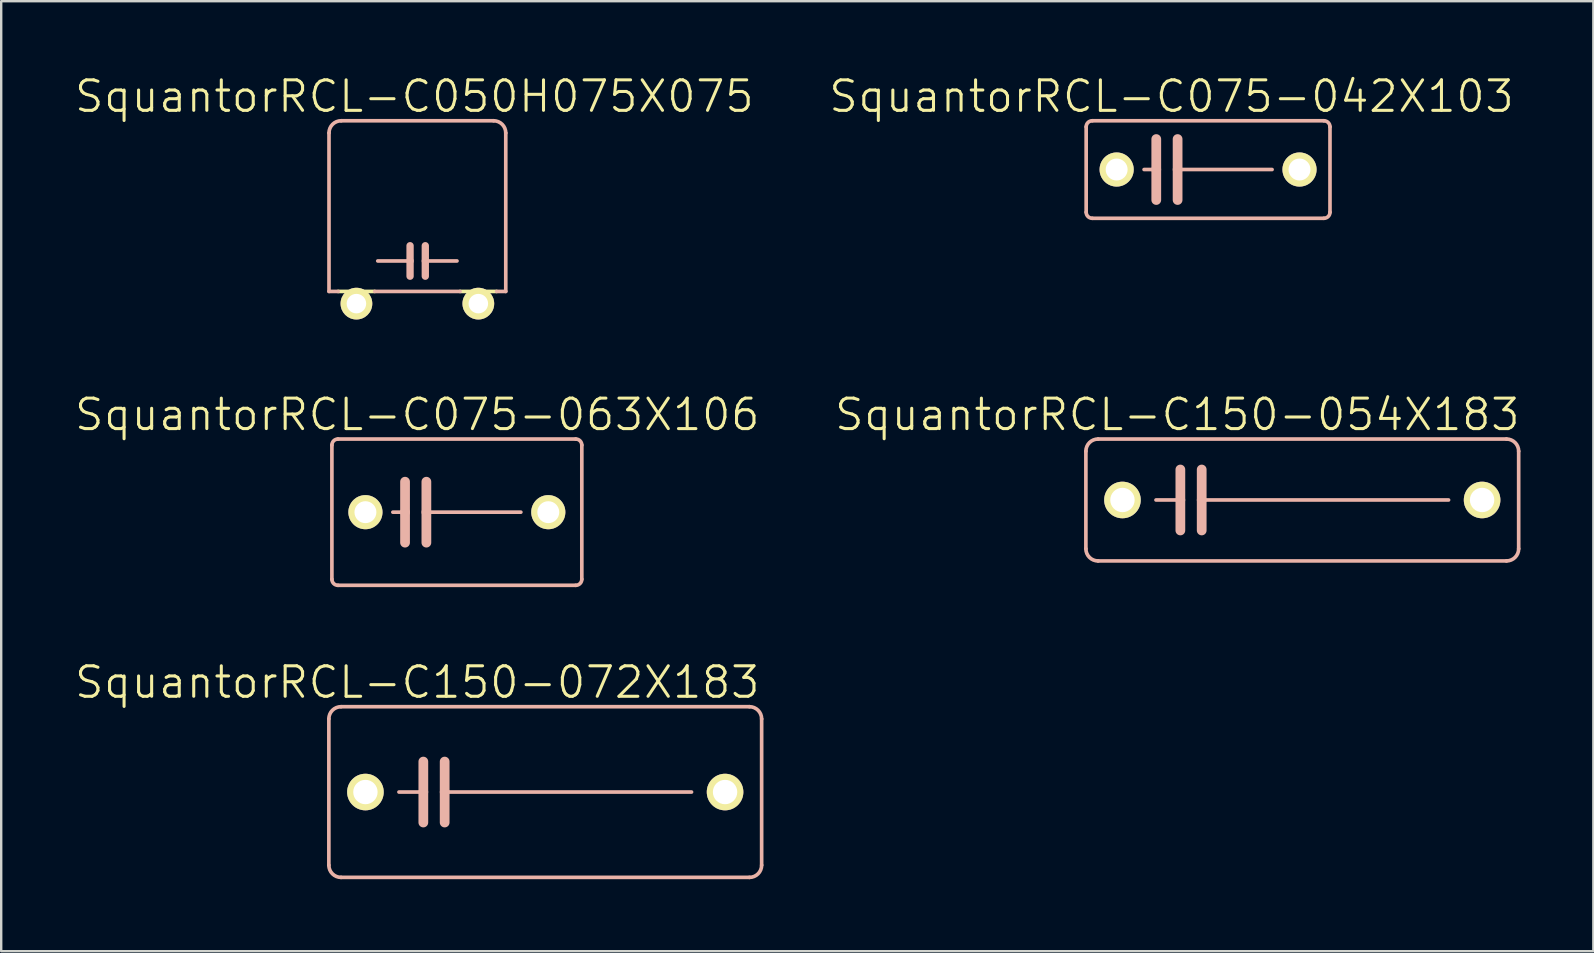
<source format=kicad_pcb>
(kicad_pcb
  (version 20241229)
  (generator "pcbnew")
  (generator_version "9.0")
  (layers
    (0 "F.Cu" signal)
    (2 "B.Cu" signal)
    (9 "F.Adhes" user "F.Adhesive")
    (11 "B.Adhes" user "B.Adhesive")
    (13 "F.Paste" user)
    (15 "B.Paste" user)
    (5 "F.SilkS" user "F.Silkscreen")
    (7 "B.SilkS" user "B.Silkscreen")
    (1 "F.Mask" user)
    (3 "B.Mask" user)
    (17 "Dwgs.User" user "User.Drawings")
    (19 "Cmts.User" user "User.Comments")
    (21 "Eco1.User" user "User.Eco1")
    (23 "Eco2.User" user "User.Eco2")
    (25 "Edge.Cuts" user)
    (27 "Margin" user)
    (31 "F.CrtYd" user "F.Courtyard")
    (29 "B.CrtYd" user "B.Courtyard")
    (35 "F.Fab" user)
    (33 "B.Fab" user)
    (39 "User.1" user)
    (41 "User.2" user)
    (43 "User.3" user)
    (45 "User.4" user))
  (footprint "SquantorRCL-C050H075X075"
    (layer "F.Cu")
    (at 14.342 9.602)
    (property "Reference" "SquantorRCL-C050H075X075" (at -0.127 -8.636 0) (layer "F.SilkS") (effects (font (size 1.27 1.27) (thickness 0.127))))
    (attr exclude_from_pos_files exclude_from_bom)
    (fp_line (start -3.302 -0.508) (end -1.778 -0.508) (stroke (width 0.152) (type solid)) (layer "F.SilkS"))
    (fp_line (start -2.794 -0.508) (end -2.286 -0.508) (stroke (width 0.066) (type solid)) (layer "F.SilkS"))
    (fp_line (start -2.794 -0.127) (end -2.794 -0.508) (stroke (width 0.066) (type solid)) (layer "F.SilkS"))
    (fp_line (start -2.794 -0.127) (end -2.286 -0.127) (stroke (width 0.066) (type solid)) (layer "F.SilkS"))
    (fp_line (start -2.54 0) (end -2.54 -0.254) (stroke (width 0.508) (type solid)) (layer "F.SilkS"))
    (fp_line (start -2.286 -0.127) (end -2.286 -0.508) (stroke (width 0.066) (type solid)) (layer "F.SilkS"))
    (fp_line (start 1.778 -0.508) (end 3.302 -0.508) (stroke (width 0.152) (type solid)) (layer "F.SilkS"))
    (fp_line (start 2.286 -0.508) (end 2.794 -0.508) (stroke (width 0.066) (type solid)) (layer "F.SilkS"))
    (fp_line (start 2.286 -0.127) (end 2.286 -0.508) (stroke (width 0.066) (type solid)) (layer "F.SilkS"))
    (fp_line (start 2.286 -0.127) (end 2.794 -0.127) (stroke (width 0.066) (type solid)) (layer "F.SilkS"))
    (fp_line (start 2.54 0) (end 2.54 -0.254) (stroke (width 0.508) (type solid)) (layer "F.SilkS"))
    (fp_line (start 2.794 -0.127) (end 2.794 -0.508) (stroke (width 0.066) (type solid)) (layer "F.SilkS"))
    (fp_line (start -3.683 -7.112) (end -3.683 -0.508) (stroke (width 0.152) (type solid)) (layer "B.SilkS"))
    (fp_line (start -3.683 -0.508) (end -3.302 -0.508) (stroke (width 0.152) (type solid)) (layer "B.SilkS"))
    (fp_line (start -1.778 -0.508) (end 1.778 -0.508) (stroke (width 0.152) (type solid)) (layer "B.SilkS"))
    (fp_line (start -0.305 -2.413) (end -0.305 -1.778) (stroke (width 0.305) (type solid)) (layer "B.SilkS"))
    (fp_line (start -0.305 -1.778) (end -1.651 -1.778) (stroke (width 0.152) (type solid)) (layer "B.SilkS"))
    (fp_line (start -0.305 -1.778) (end -0.305 -1.143) (stroke (width 0.305) (type solid)) (layer "B.SilkS"))
    (fp_line (start 0.33 -2.413) (end 0.33 -1.778) (stroke (width 0.305) (type solid)) (layer "B.SilkS"))
    (fp_line (start 0.33 -1.778) (end 0.33 -1.143) (stroke (width 0.305) (type solid)) (layer "B.SilkS"))
    (fp_line (start 0.33 -1.778) (end 1.651 -1.778) (stroke (width 0.152) (type solid)) (layer "B.SilkS"))
    (fp_line (start 3.175 -7.62) (end -3.175 -7.62) (stroke (width 0.152) (type solid)) (layer "B.SilkS"))
    (fp_line (start 3.302 -0.508) (end 3.683 -0.508) (stroke (width 0.152) (type solid)) (layer "B.SilkS"))
    (fp_line (start 3.683 -0.508) (end 3.683 -7.112) (stroke (width 0.152) (type solid)) (layer "B.SilkS"))
    (fp_arc (start -3.683 -7.112) (mid -3.53421 -7.47121) (end -3.175 -7.62) (stroke (width 0.1524) (type solid)) (layer "B.SilkS"))
    (fp_arc (start 3.175 -7.62) (mid 3.53421 -7.47121) (end 3.683 -7.112) (stroke (width 0.1524) (type solid)) (layer "B.SilkS"))
    (pad "1" thru_hole circle (at -2.54 0) (size 1.321 1.321) (drill 0.813) (layers "*.Cu" "F.Mask" "F.SilkS" "F.Paste"))
    (pad "2" thru_hole circle (at 2.54 0) (size 1.321 1.321) (drill 0.813) (layers "*.Cu" "F.Mask" "F.SilkS" "F.Paste")))
  (footprint "SquantorRCL-C150-054X183"
    (layer "F.Cu")
    (at 51.215 17.784)
    (property "Reference" "SquantorRCL-C150-054X183" (at -5.207 -3.556 0) (layer "F.SilkS") (effects (font (size 1.27 1.27) (thickness 0.127))))
    (attr exclude_from_pos_files exclude_from_bom)
    (fp_line (start -9.017 2.032) (end -9.017 -2.032) (stroke (width 0.152) (type solid)) (layer "B.SilkS"))
    (fp_line (start -8.509 -2.54) (end 8.509 -2.54) (stroke (width 0.152) (type solid)) (layer "B.SilkS"))
    (fp_line (start -5.08 -1.27) (end -5.08 0) (stroke (width 0.406) (type solid)) (layer "B.SilkS"))
    (fp_line (start -5.08 0) (end -6.096 0) (stroke (width 0.152) (type solid)) (layer "B.SilkS"))
    (fp_line (start -5.08 0) (end -5.08 1.27) (stroke (width 0.406) (type solid)) (layer "B.SilkS"))
    (fp_line (start -4.191 -1.27) (end -4.191 0) (stroke (width 0.406) (type solid)) (layer "B.SilkS"))
    (fp_line (start -4.191 0) (end -4.191 1.27) (stroke (width 0.406) (type solid)) (layer "B.SilkS"))
    (fp_line (start -4.191 0) (end 6.096 0) (stroke (width 0.152) (type solid)) (layer "B.SilkS"))
    (fp_line (start 8.509 2.54) (end -8.509 2.54) (stroke (width 0.152) (type solid)) (layer "B.SilkS"))
    (fp_line (start 9.017 -2.032) (end 9.017 2.032) (stroke (width 0.152) (type solid)) (layer "B.SilkS"))
    (fp_arc (start -9.017 -2.032) (mid -8.86821 -2.39121) (end -8.509 -2.54) (stroke (width 0.1524) (type solid)) (layer "B.SilkS"))
    (fp_arc (start -8.509 2.54) (mid -8.86821 2.39121) (end -9.017 2.032) (stroke (width 0.1524) (type solid)) (layer "B.SilkS"))
    (fp_arc (start 8.509 -2.54) (mid 8.86821 -2.39121) (end 9.017 -2.032) (stroke (width 0.1524) (type solid)) (layer "B.SilkS"))
    (fp_arc (start 9.017 2.032) (mid 8.86821 2.39121) (end 8.509 2.54) (stroke (width 0.1524) (type solid)) (layer "B.SilkS"))
    (pad "1" thru_hole circle (at -7.493 0) (size 1.524 1.524) (drill 1.016) (layers "*.Cu" "F.Mask" "F.SilkS" "F.Paste"))
    (pad "2" thru_hole circle (at 7.493 0) (size 1.524 1.524) (drill 1.016) (layers "*.Cu" "F.Mask" "F.SilkS" "F.Paste")))
  (footprint "SquantorRCL-C075-063X106"
    (layer "F.Cu")
    (at 15.987 18.292)
    (property "Reference" "SquantorRCL-C075-063X106" (at -1.651 -4.064 0) (layer "F.SilkS") (effects (font (size 1.27 1.27) (thickness 0.127))))
    (attr exclude_from_pos_files exclude_from_bom)
    (fp_line (start -5.207 -2.794) (end -5.207 2.794) (stroke (width 0.152) (type solid)) (layer "B.SilkS"))
    (fp_line (start -4.953 3.048) (end 4.953 3.048) (stroke (width 0.152) (type solid)) (layer "B.SilkS"))
    (fp_line (start -2.667 0) (end -2.159 0) (stroke (width 0.152) (type solid)) (layer "B.SilkS"))
    (fp_line (start -2.159 -1.27) (end -2.159 0) (stroke (width 0.406) (type solid)) (layer "B.SilkS"))
    (fp_line (start -2.159 0) (end -2.159 1.27) (stroke (width 0.406) (type solid)) (layer "B.SilkS"))
    (fp_line (start -1.27 -1.27) (end -1.27 0) (stroke (width 0.406) (type solid)) (layer "B.SilkS"))
    (fp_line (start -1.27 0) (end -1.27 1.27) (stroke (width 0.406) (type solid)) (layer "B.SilkS"))
    (fp_line (start -1.27 0) (end 2.667 0) (stroke (width 0.152) (type solid)) (layer "B.SilkS"))
    (fp_line (start 4.953 -3.048) (end -4.953 -3.048) (stroke (width 0.152) (type solid)) (layer "B.SilkS"))
    (fp_line (start 5.207 2.794) (end 5.207 -2.794) (stroke (width 0.152) (type solid)) (layer "B.SilkS"))
    (fp_arc (start -5.207 -2.794) (mid -5.132605 -2.973605) (end -4.953 -3.048) (stroke (width 0.1524) (type solid)) (layer "B.SilkS"))
    (fp_arc (start -4.953 3.048) (mid -5.132605 2.973605) (end -5.207 2.794) (stroke (width 0.1524) (type solid)) (layer "B.SilkS"))
    (fp_arc (start 4.953 -3.048) (mid 5.132605 -2.973605) (end 5.207 -2.794) (stroke (width 0.1524) (type solid)) (layer "B.SilkS"))
    (fp_arc (start 5.207 2.794) (mid 5.132605 2.973605) (end 4.953 3.048) (stroke (width 0.1524) (type solid)) (layer "B.SilkS"))
    (pad "1" thru_hole circle (at -3.81 0) (size 1.422 1.422) (drill 0.914) (layers "*.Cu" "F.Mask" "F.SilkS" "F.Paste"))
    (pad "2" thru_hole circle (at 3.81 0) (size 1.422 1.422) (drill 0.914) (layers "*.Cu" "F.Mask" "F.SilkS" "F.Paste")))
  (footprint "SquantorRCL-C150-072X183"
    (layer "F.Cu")
    (at 19.67 29.954)
    (property "Reference" "SquantorRCL-C150-072X183" (at -5.334 -4.572 0) (layer "F.SilkS") (effects (font (size 1.27 1.27) (thickness 0.127))))
    (attr exclude_from_pos_files exclude_from_bom)
    (fp_line (start -9.017 3.048) (end -9.017 -3.048) (stroke (width 0.152) (type solid)) (layer "B.SilkS"))
    (fp_line (start -8.509 -3.556) (end 8.509 -3.556) (stroke (width 0.152) (type solid)) (layer "B.SilkS"))
    (fp_line (start -5.08 -1.27) (end -5.08 0) (stroke (width 0.406) (type solid)) (layer "B.SilkS"))
    (fp_line (start -5.08 0) (end -6.096 0) (stroke (width 0.152) (type solid)) (layer "B.SilkS"))
    (fp_line (start -5.08 0) (end -5.08 1.27) (stroke (width 0.406) (type solid)) (layer "B.SilkS"))
    (fp_line (start -4.191 -1.27) (end -4.191 0) (stroke (width 0.406) (type solid)) (layer "B.SilkS"))
    (fp_line (start -4.191 0) (end -4.191 1.27) (stroke (width 0.406) (type solid)) (layer "B.SilkS"))
    (fp_line (start -4.191 0) (end 6.096 0) (stroke (width 0.152) (type solid)) (layer "B.SilkS"))
    (fp_line (start 8.509 3.556) (end -8.509 3.556) (stroke (width 0.152) (type solid)) (layer "B.SilkS"))
    (fp_line (start 9.017 -3.048) (end 9.017 3.048) (stroke (width 0.152) (type solid)) (layer "B.SilkS"))
    (fp_arc (start -9.017 -3.048) (mid -8.86821 -3.40721) (end -8.509 -3.556) (stroke (width 0.1524) (type solid)) (layer "B.SilkS"))
    (fp_arc (start -8.509 3.556) (mid -8.86821 3.40721) (end -9.017 3.048) (stroke (width 0.1524) (type solid)) (layer "B.SilkS"))
    (fp_arc (start 8.509 -3.556) (mid 8.86821 -3.40721) (end 9.017 -3.048) (stroke (width 0.1524) (type solid)) (layer "B.SilkS"))
    (fp_arc (start 9.017 3.048) (mid 8.86821 3.40721) (end 8.509 3.556) (stroke (width 0.1524) (type solid)) (layer "B.SilkS"))
    (pad "1" thru_hole circle (at -7.493 0) (size 1.524 1.524) (drill 1.016) (layers "*.Cu" "F.Mask" "F.SilkS" "F.Paste"))
    (pad "2" thru_hole circle (at 7.493 0) (size 1.524 1.524) (drill 1.016) (layers "*.Cu" "F.Mask" "F.SilkS" "F.Paste")))
  (footprint "SquantorRCL-C075-042X103"
    (layer "F.Cu")
    (at 47.29 4.014)
    (property "Reference" "SquantorRCL-C075-042X103" (at -1.524 -3.048 0) (layer "F.SilkS") (effects (font (size 1.27 1.27) (thickness 0.127))))
    (attr exclude_from_pos_files exclude_from_bom)
    (fp_line (start -5.08 -1.778) (end -5.08 1.778) (stroke (width 0.152) (type solid)) (layer "B.SilkS"))
    (fp_line (start -4.826 2.032) (end 4.826 2.032) (stroke (width 0.152) (type solid)) (layer "B.SilkS"))
    (fp_line (start -2.667 0) (end -2.159 0) (stroke (width 0.152) (type solid)) (layer "B.SilkS"))
    (fp_line (start -2.159 -1.27) (end -2.159 0) (stroke (width 0.406) (type solid)) (layer "B.SilkS"))
    (fp_line (start -2.159 0) (end -2.159 1.27) (stroke (width 0.406) (type solid)) (layer "B.SilkS"))
    (fp_line (start -1.27 -1.27) (end -1.27 0) (stroke (width 0.406) (type solid)) (layer "B.SilkS"))
    (fp_line (start -1.27 0) (end -1.27 1.27) (stroke (width 0.406) (type solid)) (layer "B.SilkS"))
    (fp_line (start -1.27 0) (end 2.667 0) (stroke (width 0.152) (type solid)) (layer "B.SilkS"))
    (fp_line (start 4.826 -2.032) (end -4.826 -2.032) (stroke (width 0.152) (type solid)) (layer "B.SilkS"))
    (fp_line (start 5.08 1.778) (end 5.08 -1.778) (stroke (width 0.152) (type solid)) (layer "B.SilkS"))
    (fp_arc (start -5.08 -1.778) (mid -5.005605 -1.957605) (end -4.826 -2.032) (stroke (width 0.1524) (type solid)) (layer "B.SilkS"))
    (fp_arc (start -4.826 2.032) (mid -5.005605 1.957605) (end -5.08 1.778) (stroke (width 0.1524) (type solid)) (layer "B.SilkS"))
    (fp_arc (start 4.826 -2.032) (mid 5.005605 -1.957605) (end 5.08 -1.778) (stroke (width 0.1524) (type solid)) (layer "B.SilkS"))
    (fp_arc (start 5.08 1.778) (mid 5.005605 1.957605) (end 4.826 2.032) (stroke (width 0.1524) (type solid)) (layer "B.SilkS"))
    (pad "1" thru_hole circle (at -3.81 0) (size 1.422 1.422) (drill 0.914) (layers "*.Cu" "F.Mask" "F.SilkS" "F.Paste"))
    (pad "2" thru_hole circle (at 3.81 0) (size 1.422 1.422) (drill 0.914) (layers "*.Cu" "F.Mask" "F.SilkS" "F.Paste")))
  (gr_rect
    (start -3 -3)
    (end 63.344 36.586)
    (stroke (width 0.1) (type default))
    (fill no)
    (layer "Edge.Cuts")))
</source>
